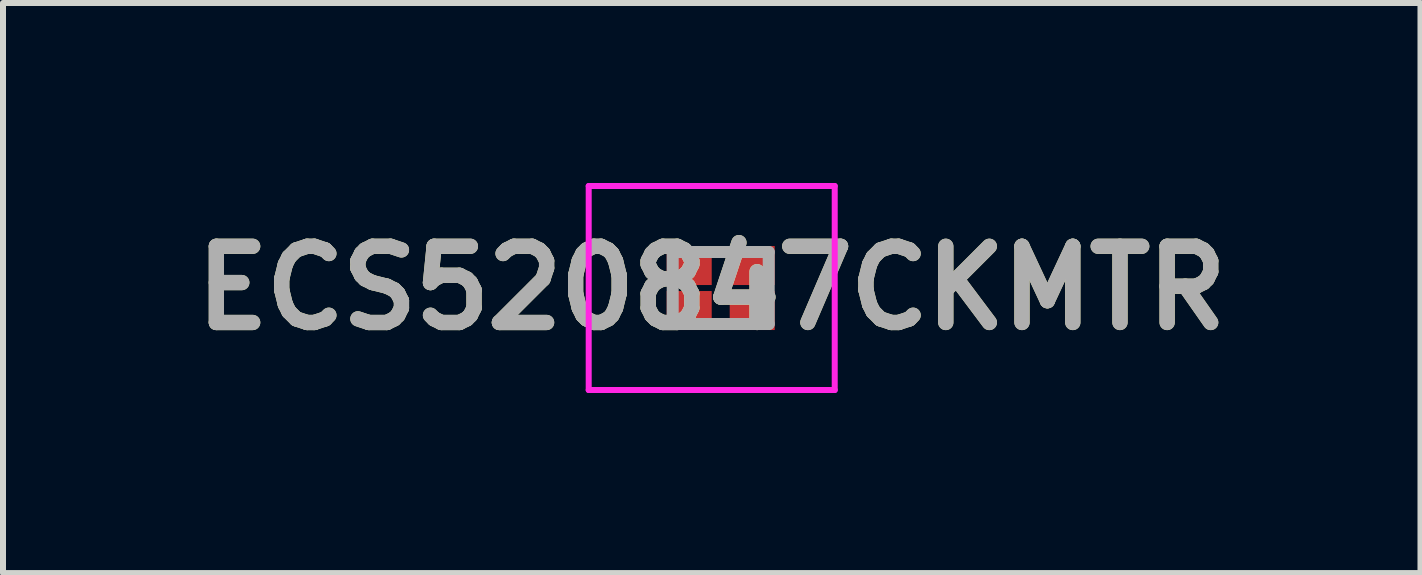
<source format=kicad_pcb>
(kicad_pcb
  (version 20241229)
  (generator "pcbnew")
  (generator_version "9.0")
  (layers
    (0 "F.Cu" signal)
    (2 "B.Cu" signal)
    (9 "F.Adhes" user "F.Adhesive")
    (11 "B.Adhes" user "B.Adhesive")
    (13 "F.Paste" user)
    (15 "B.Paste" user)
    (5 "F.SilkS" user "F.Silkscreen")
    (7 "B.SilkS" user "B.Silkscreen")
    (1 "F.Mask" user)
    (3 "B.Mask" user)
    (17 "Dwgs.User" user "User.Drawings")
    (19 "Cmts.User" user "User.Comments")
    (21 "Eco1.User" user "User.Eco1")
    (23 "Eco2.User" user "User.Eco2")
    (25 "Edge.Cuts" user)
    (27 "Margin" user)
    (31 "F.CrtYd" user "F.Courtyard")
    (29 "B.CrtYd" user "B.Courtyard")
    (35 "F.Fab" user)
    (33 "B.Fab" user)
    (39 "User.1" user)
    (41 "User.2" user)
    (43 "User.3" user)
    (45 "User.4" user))
  (footprint "ECS520847CKMTR"
    (layer "F.Cu")
    (at 8.961 1.75)
    (property "Reference" "ECS520847CKMTR" (at -0.15 0 0) (layer "F.SilkS") (effects (font (size 1.27 1.27) (thickness 0.254))))
    (attr smd)
    (fp_line (start -1.2 0.4) (end -1.2 0.4) (stroke (width 0.1) (type solid)) (layer "F.SilkS"))
    (fp_line (start -1.1 0.4) (end -1.1 0.4) (stroke (width 0.1) (type solid)) (layer "F.SilkS"))
    (fp_arc (start -1.2 0.4) (mid -1.15 0.35) (end -1.1 0.4) (stroke (width 0.1) (type solid)) (layer "F.SilkS"))
    (fp_arc (start -1.1 0.4) (mid -1.15 0.45) (end -1.2 0.4) (stroke (width 0.1) (type solid)) (layer "F.SilkS"))
    (fp_line (start -2.2 -1.7) (end 1.9 -1.7) (stroke (width 0.1) (type solid)) (layer "F.CrtYd"))
    (fp_line (start -2.2 1.7) (end -2.2 -1.7) (stroke (width 0.1) (type solid)) (layer "F.CrtYd"))
    (fp_line (start 1.9 -1.7) (end 1.9 1.7) (stroke (width 0.1) (type solid)) (layer "F.CrtYd"))
    (fp_line (start 1.9 1.7) (end -2.2 1.7) (stroke (width 0.1) (type solid)) (layer "F.CrtYd"))
    (fp_line (start -0.8 -0.6) (end 0.8 -0.6) (stroke (width 0.2) (type solid)) (layer "F.Fab"))
    (fp_line (start -0.8 0.6) (end -0.8 -0.6) (stroke (width 0.2) (type solid)) (layer "F.Fab"))
    (fp_line (start 0.8 -0.6) (end 0.8 0.6) (stroke (width 0.2) (type solid)) (layer "F.Fab"))
    (fp_line (start 0.8 0.6) (end -0.8 0.6) (stroke (width 0.2) (type solid)) (layer "F.Fab"))
    (fp_text user "${REFERENCE}" (at -0.15 0 0) (layer "F.Fab") (effects (font (size 1.27 1.27) (thickness 0.254))))
    (pad "1" smd rect (at -0.525 0.375 90) (size 0.65 0.75) (layers "F.Cu" "F.Mask" "F.Paste"))
    (pad "2" smd rect (at 0.525 0.375 90) (size 0.65 0.75) (layers "F.Cu" "F.Mask" "F.Paste"))
    (pad "3" smd rect (at 0.525 -0.375 90) (size 0.65 0.75) (layers "F.Cu" "F.Mask" "F.Paste"))
    (pad "4" smd rect (at -0.525 -0.375 90) (size 0.65 0.75) (layers "F.Cu" "F.Mask" "F.Paste")))
  (gr_rect
    (start -3 -3)
    (end 20.623 6.5)
    (stroke (width 0.1) (type default))
    (fill no)
    (layer "Edge.Cuts")))
</source>
